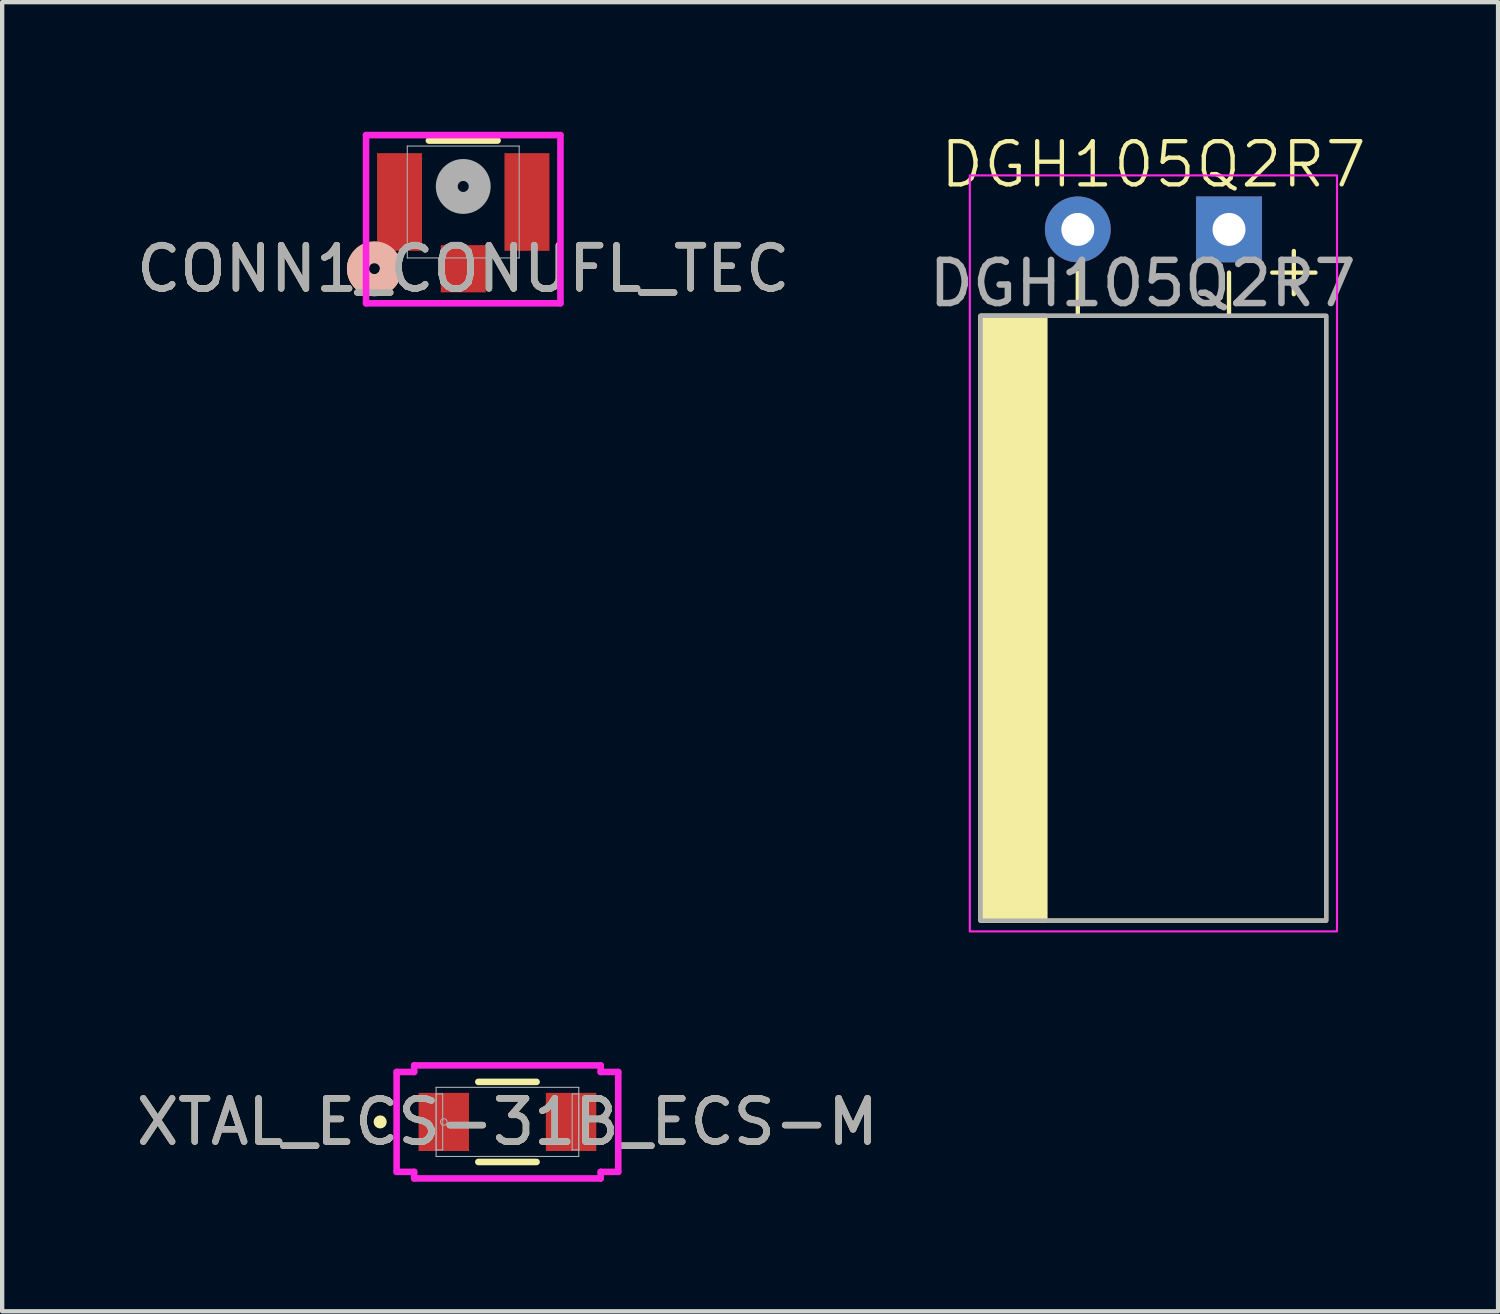
<source format=kicad_pcb>
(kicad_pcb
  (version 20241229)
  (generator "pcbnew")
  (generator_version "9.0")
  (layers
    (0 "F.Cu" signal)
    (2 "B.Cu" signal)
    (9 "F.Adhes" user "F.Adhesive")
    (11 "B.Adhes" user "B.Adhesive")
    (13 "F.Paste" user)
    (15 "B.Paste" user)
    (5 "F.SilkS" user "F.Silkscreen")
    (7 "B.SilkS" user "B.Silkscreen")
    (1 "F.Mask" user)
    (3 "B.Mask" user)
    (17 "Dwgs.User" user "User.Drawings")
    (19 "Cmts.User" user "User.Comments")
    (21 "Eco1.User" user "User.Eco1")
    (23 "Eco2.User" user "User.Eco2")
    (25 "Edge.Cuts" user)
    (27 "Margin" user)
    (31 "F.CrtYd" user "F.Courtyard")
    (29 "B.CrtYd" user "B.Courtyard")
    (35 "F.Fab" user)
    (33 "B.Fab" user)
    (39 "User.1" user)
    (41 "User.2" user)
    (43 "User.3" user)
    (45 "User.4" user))
  (footprint "CONN1_CONUFL_TEC"
    (layer "F.Cu")
    (at 7.673 1.626)
    (property "Reference" "CONN1_CONUFL_TEC" (at 0 1.545 0) (unlocked yes) (layer "F.SilkS") (effects (font (size 1 1) (thickness 0.15))))
    (attr smd)
    (fp_line (start 0.795 -1.422) (end -0.795 -1.422) (stroke (width 0.152) (type solid)) (layer "F.SilkS"))
    (fp_arc (start -1.688756 1.640841) (mid -2.168571 1.90902) (end -2.416992 1.418683) (stroke (width 0.508) (type solid)) (layer "F.SilkS"))
    (fp_circle (center -2.057 1.545) (end -1.676 1.545) (stroke (width 0.508) (type solid)) (fill no) (layer "B.SilkS"))
    (fp_line (start -2.25 -1.549) (end -2.25 2.345) (stroke (width 0.152) (type solid)) (layer "F.CrtYd"))
    (fp_line (start -2.25 2.345) (end 2.25 2.345) (stroke (width 0.152) (type solid)) (layer "F.CrtYd"))
    (fp_line (start 2.25 -1.549) (end -2.25 -1.549) (stroke (width 0.152) (type solid)) (layer "F.CrtYd"))
    (fp_line (start 2.25 2.345) (end 2.25 -1.549) (stroke (width 0.152) (type solid)) (layer "F.CrtYd"))
    (fp_line (start -1.295 -1.295) (end -1.295 1.295) (stroke (width 0.025) (type solid)) (layer "F.Fab"))
    (fp_line (start -1.295 1.295) (end 1.295 1.295) (stroke (width 0.025) (type solid)) (layer "F.Fab"))
    (fp_line (start 1.295 -1.295) (end -1.295 -1.295) (stroke (width 0.025) (type solid)) (layer "F.Fab"))
    (fp_line (start 1.295 1.295) (end 1.295 -1.295) (stroke (width 0.025) (type solid)) (layer "F.Fab"))
    (fp_circle (center 0 -0.36) (end 0.381 -0.36) (stroke (width 0.508) (type solid)) (fill no) (layer "F.Fab"))
    (fp_text user "${REFERENCE}" (at 0 1.545 0) (unlocked yes) (layer "F.Fab") (effects (font (size 1 1) (thickness 0.15))))
    (pad "1" smd rect (at 0 1.545) (size 1.041 1.092) (layers "F.Cu" "F.Mask" "F.Paste"))
    (pad "2" smd rect (at -1.475 0) (size 1.041 2.261) (layers "F.Cu" "F.Mask" "F.Paste"))
    (pad "3" smd rect (at 1.475 0) (size 1.041 2.261) (layers "F.Cu" "F.Mask" "F.Paste")))
  (footprint "XTAL_ECS-31B_ECS-M"
    (layer "F.Cu")
    (at 8.696 22.92)
    (property "Reference" "XTAL_ECS-31B_ECS-M" (at 0 0 0) (unlocked yes) (layer "F.SilkS") (effects (font (size 1 1) (thickness 0.15))))
    (attr smd)
    (fp_line (start -0.674 0.927) (end 0.674 0.927) (stroke (width 0.152) (type solid)) (layer "F.SilkS"))
    (fp_line (start 0.674 -0.927) (end -0.674 -0.927) (stroke (width 0.152) (type solid)) (layer "F.SilkS"))
    (fp_circle (center -2.946 0) (end -2.87 0) (stroke (width 0.152) (type solid)) (fill no) (layer "F.SilkS"))
    (fp_line (start -2.565 -1.156) (end -2.159 -1.156) (stroke (width 0.152) (type solid)) (layer "F.CrtYd"))
    (fp_line (start -2.565 1.156) (end -2.565 -1.156) (stroke (width 0.152) (type solid)) (layer "F.CrtYd"))
    (fp_line (start -2.159 -1.308) (end 2.159 -1.308) (stroke (width 0.152) (type solid)) (layer "F.CrtYd"))
    (fp_line (start -2.159 -1.156) (end -2.159 -1.308) (stroke (width 0.152) (type solid)) (layer "F.CrtYd"))
    (fp_line (start -2.159 1.156) (end -2.565 1.156) (stroke (width 0.152) (type solid)) (layer "F.CrtYd"))
    (fp_line (start -2.159 1.308) (end -2.159 1.156) (stroke (width 0.152) (type solid)) (layer "F.CrtYd"))
    (fp_line (start 2.159 -1.308) (end 2.159 -1.156) (stroke (width 0.152) (type solid)) (layer "F.CrtYd"))
    (fp_line (start 2.159 -1.156) (end 2.565 -1.156) (stroke (width 0.152) (type solid)) (layer "F.CrtYd"))
    (fp_line (start 2.159 1.156) (end 2.159 1.308) (stroke (width 0.152) (type solid)) (layer "F.CrtYd"))
    (fp_line (start 2.159 1.308) (end -2.159 1.308) (stroke (width 0.152) (type solid)) (layer "F.CrtYd"))
    (fp_line (start 2.565 -1.156) (end 2.565 1.156) (stroke (width 0.152) (type solid)) (layer "F.CrtYd"))
    (fp_line (start 2.565 1.156) (end 2.159 1.156) (stroke (width 0.152) (type solid)) (layer "F.CrtYd"))
    (fp_line (start -1.651 -0.8) (end -1.651 0.8) (stroke (width 0.025) (type solid)) (layer "F.Fab"))
    (fp_line (start -1.651 -0.648) (end -1.499 -0.648) (stroke (width 0.025) (type solid)) (layer "F.Fab"))
    (fp_line (start -1.651 0.648) (end -1.651 -0.648) (stroke (width 0.025) (type solid)) (layer "F.Fab"))
    (fp_line (start -1.651 0.8) (end 1.651 0.8) (stroke (width 0.025) (type solid)) (layer "F.Fab"))
    (fp_line (start -1.499 -0.648) (end -1.499 0.648) (stroke (width 0.025) (type solid)) (layer "F.Fab"))
    (fp_line (start -1.499 0.648) (end -1.651 0.648) (stroke (width 0.025) (type solid)) (layer "F.Fab"))
    (fp_line (start 1.499 -0.648) (end 1.651 -0.648) (stroke (width 0.025) (type solid)) (layer "F.Fab"))
    (fp_line (start 1.499 0.648) (end 1.499 -0.648) (stroke (width 0.025) (type solid)) (layer "F.Fab"))
    (fp_line (start 1.651 -0.8) (end -1.651 -0.8) (stroke (width 0.025) (type solid)) (layer "F.Fab"))
    (fp_line (start 1.651 -0.648) (end 1.651 0.648) (stroke (width 0.025) (type solid)) (layer "F.Fab"))
    (fp_line (start 1.651 0.648) (end 1.499 0.648) (stroke (width 0.025) (type solid)) (layer "F.Fab"))
    (fp_line (start 1.651 0.8) (end 1.651 -0.8) (stroke (width 0.025) (type solid)) (layer "F.Fab"))
    (fp_circle (center -1.473 0) (end -1.397 0) (stroke (width 0.025) (type solid)) (fill no) (layer "F.Fab"))
    (fp_text user "${REFERENCE}" (at 0 0 0) (unlocked yes) (layer "F.Fab") (effects (font (size 1 1) (thickness 0.15))))
    (pad "1" smd rect (at -1.473 0) (size 1.168 1.346) (layers "F.Cu" "F.Mask" "F.Paste"))
    (pad "2" smd rect (at 1.473 0) (size 1.168 1.346) (layers "F.Cu" "F.Mask" "F.Paste"))
    (zone (net_name "") (layer "F.Cu") (hatch full 0.508) (connect_pads) (min_thickness 0.254) (filled_areas_thickness no) (keepout (tracks not_allowed) (vias not_allowed) (pads allowed) (copperpour not_allowed) (footprints allowed)) (placement (enabled no)) (fill) (polygon (pts (xy 7.858 22.171) (xy 9.535 22.171) (xy 9.535 23.669) (xy 7.858 23.669)))))
  (footprint "DGH105Q2R7"
    (layer "F.Cu")
    (at 23.649 2.26)
    (property "Reference" "DGH105Q2R7" (at 0 -1.5 0) (unlocked yes) (layer "F.SilkS") (effects (font (size 1 1) (thickness 0.1))))
    (attr through_hole)
    (fp_line (start -1.75 2) (end -1.75 1) (stroke (width 0.1) (type default)) (layer "F.SilkS"))
    (fp_line (start 1.75 2) (end 1.75 1) (stroke (width 0.1) (type default)) (layer "F.SilkS"))
    (fp_line (start 3.25 0.5) (end 3.25 1.5) (stroke (width 0.1) (type default)) (layer "F.SilkS"))
    (fp_line (start 3.75 1) (end 2.75 1) (stroke (width 0.1) (type default)) (layer "F.SilkS"))
    (fp_rect (start -2.5 2) (end -4 16) (stroke (width 0.1) (type solid)) (fill yes) (layer "F.SilkS"))
    (fp_rect (start 4 2) (end -4 16) (stroke (width 0.1) (type default)) (fill no) (layer "F.SilkS"))
    (fp_rect (start 4.25 -1.25) (end -4.25 16.25) (stroke (width 0.05) (type default)) (fill no) (layer "F.CrtYd"))
    (fp_rect (start 4 2) (end -4 16) (stroke (width 0.1) (type default)) (fill no) (layer "F.Fab"))
    (fp_text user "${REFERENCE}" (at -0.25 1.25 0) (unlocked yes) (layer "F.Fab") (effects (font (size 1 1) (thickness 0.15))))
    (pad "1" thru_hole rect (at 1.75 0) (size 1.524 1.524) (drill 0.762) (layers "*.Cu" "*.Mask"))
    (pad "2" thru_hole circle (at -1.75 0) (size 1.524 1.524) (drill 0.762) (layers "*.Cu" "*.Mask")))
  (gr_rect
    (start -3 -3)
    (end 31.627 27.304)
    (stroke (width 0.1) (type default))
    (fill no)
    (layer "Edge.Cuts")))
</source>
